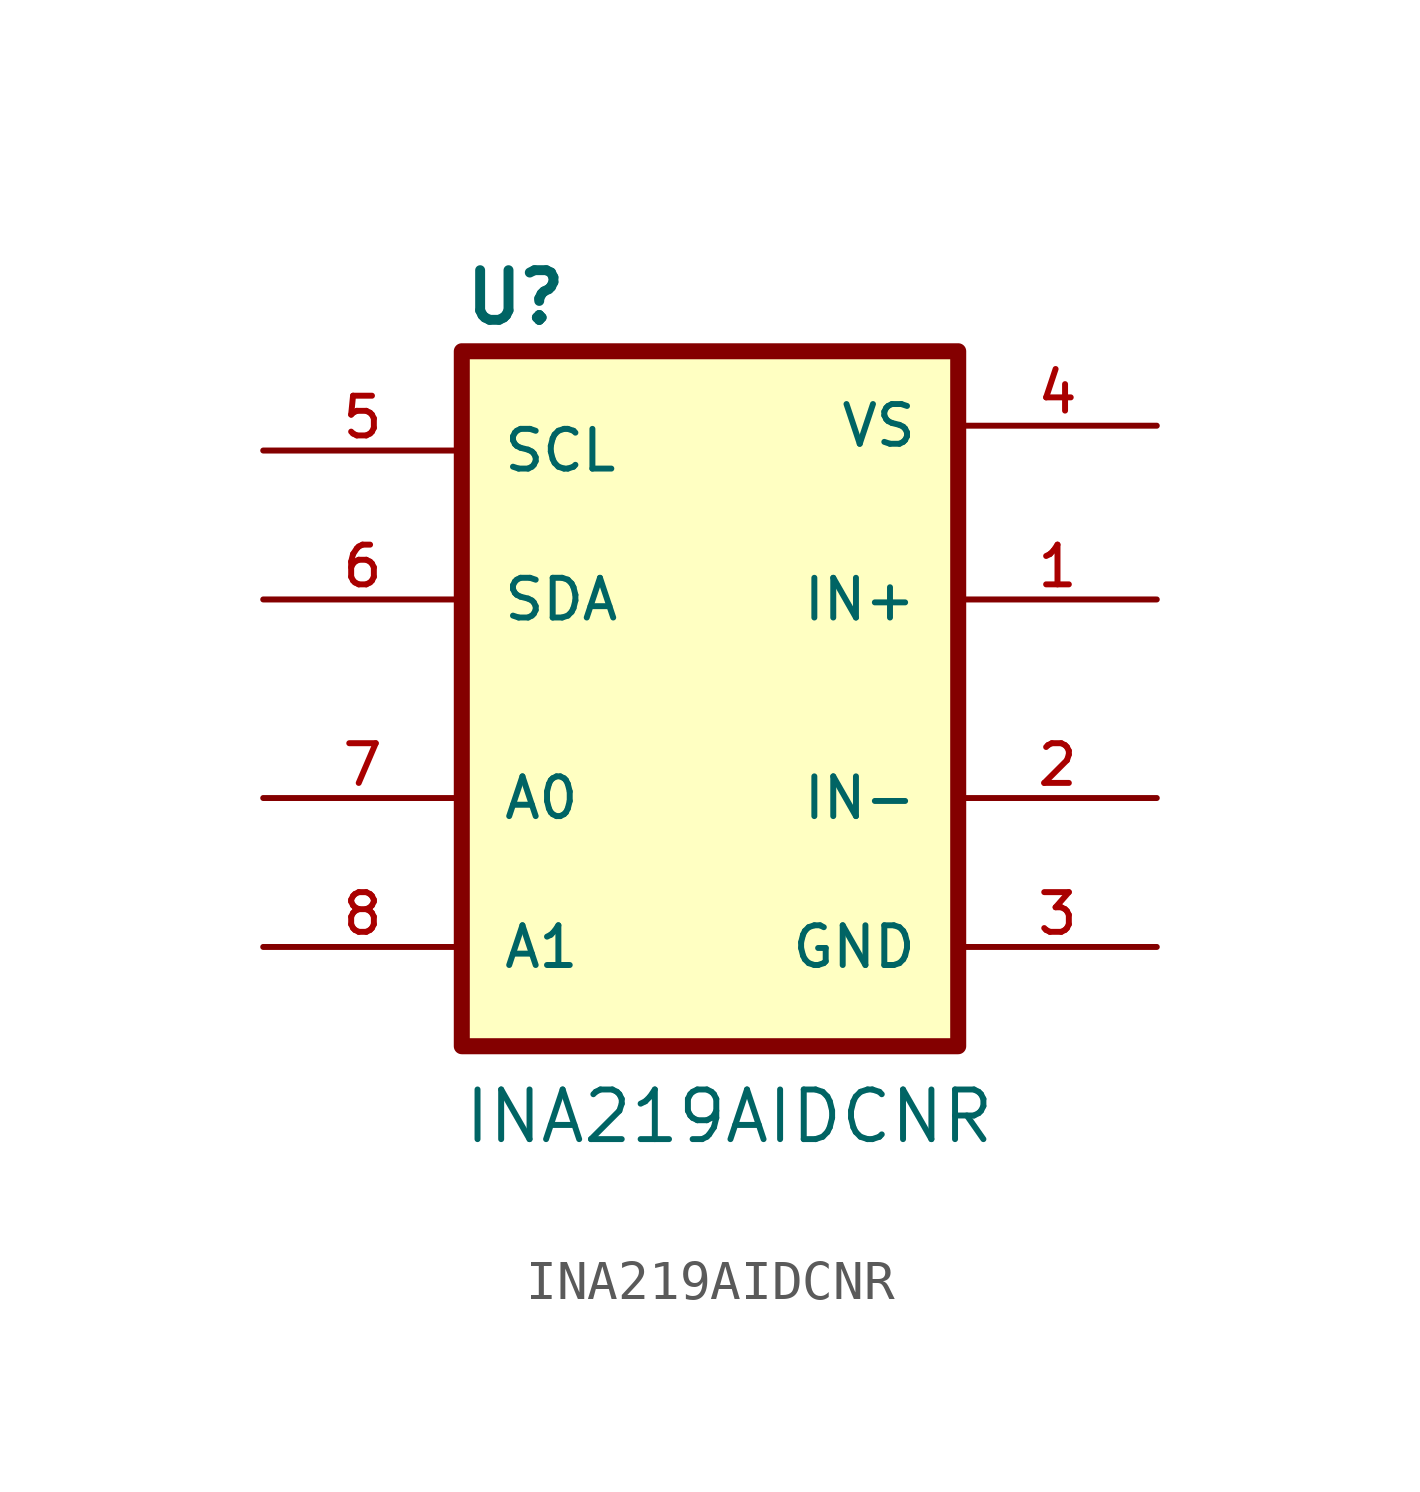
<source format=kicad_sym>
(kicad_symbol_lib
  (version 20220914)
  (generator kicad_symbol_editor)
  (symbol "INA219AIDCNR"
    (pin_names
      (offset 1.016))
    (property "Reference" "U"
      (at -6.35 9.525 0)
      (effects (font (size 1.27 1.27) bold) (justify left bottom)))
    (property "Value" "INA219AIDCNR"
      (at -6.35 -11.43 0)
      (effects (font (size 1.27 1.27)) (justify left bottom)))
    (symbol "INA219AIDCNR_0_0"
      (rectangle (start -6.35 8.89) (end 6.35 -8.89) (stroke (width 0.41) (type default)) (fill (type background)))
      (pin input line (at 11.43 2.54 180) (length 5.08) (name "IN+" (effects (font (size 1.016 1.016)))) (number "1" (effects (font (size 1.016 1.016)))))
      (pin input line (at 11.43 -2.54 180) (length 5.08) (name "IN-" (effects (font (size 1.016 1.016)))) (number "2" (effects (font (size 1.016 1.016)))))
      (pin power_in line (at 11.43 -6.35 180) (length 5.08) (name "GND" (effects (font (size 1.016 1.016)))) (number "3" (effects (font (size 1.016 1.016)))))
      (pin power_in line (at 11.43 6.985 180) (length 5.08) (name "VS" (effects (font (size 1.016 1.016)))) (number "4" (effects (font (size 1.016 1.016)))))
      (pin input line (at -11.43 6.35 0) (length 5.08) (name "SCL" (effects (font (size 1.016 1.016)))) (number "5" (effects (font (size 1.016 1.016)))))
      (pin bidirectional line (at -11.43 2.54 0) (length 5.08) (name "SDA" (effects (font (size 1.016 1.016)))) (number "6" (effects (font (size 1.016 1.016)))))
      (pin input line (at -11.43 -2.54 0) (length 5.08) (name "A0" (effects (font (size 1.016 1.016)))) (number "7" (effects (font (size 1.016 1.016)))))
      (pin input line (at -11.43 -6.35 0) (length 5.08) (name "A1" (effects (font (size 1.016 1.016)))) (number "8" (effects (font (size 1.016 1.016))))))))
</source>
